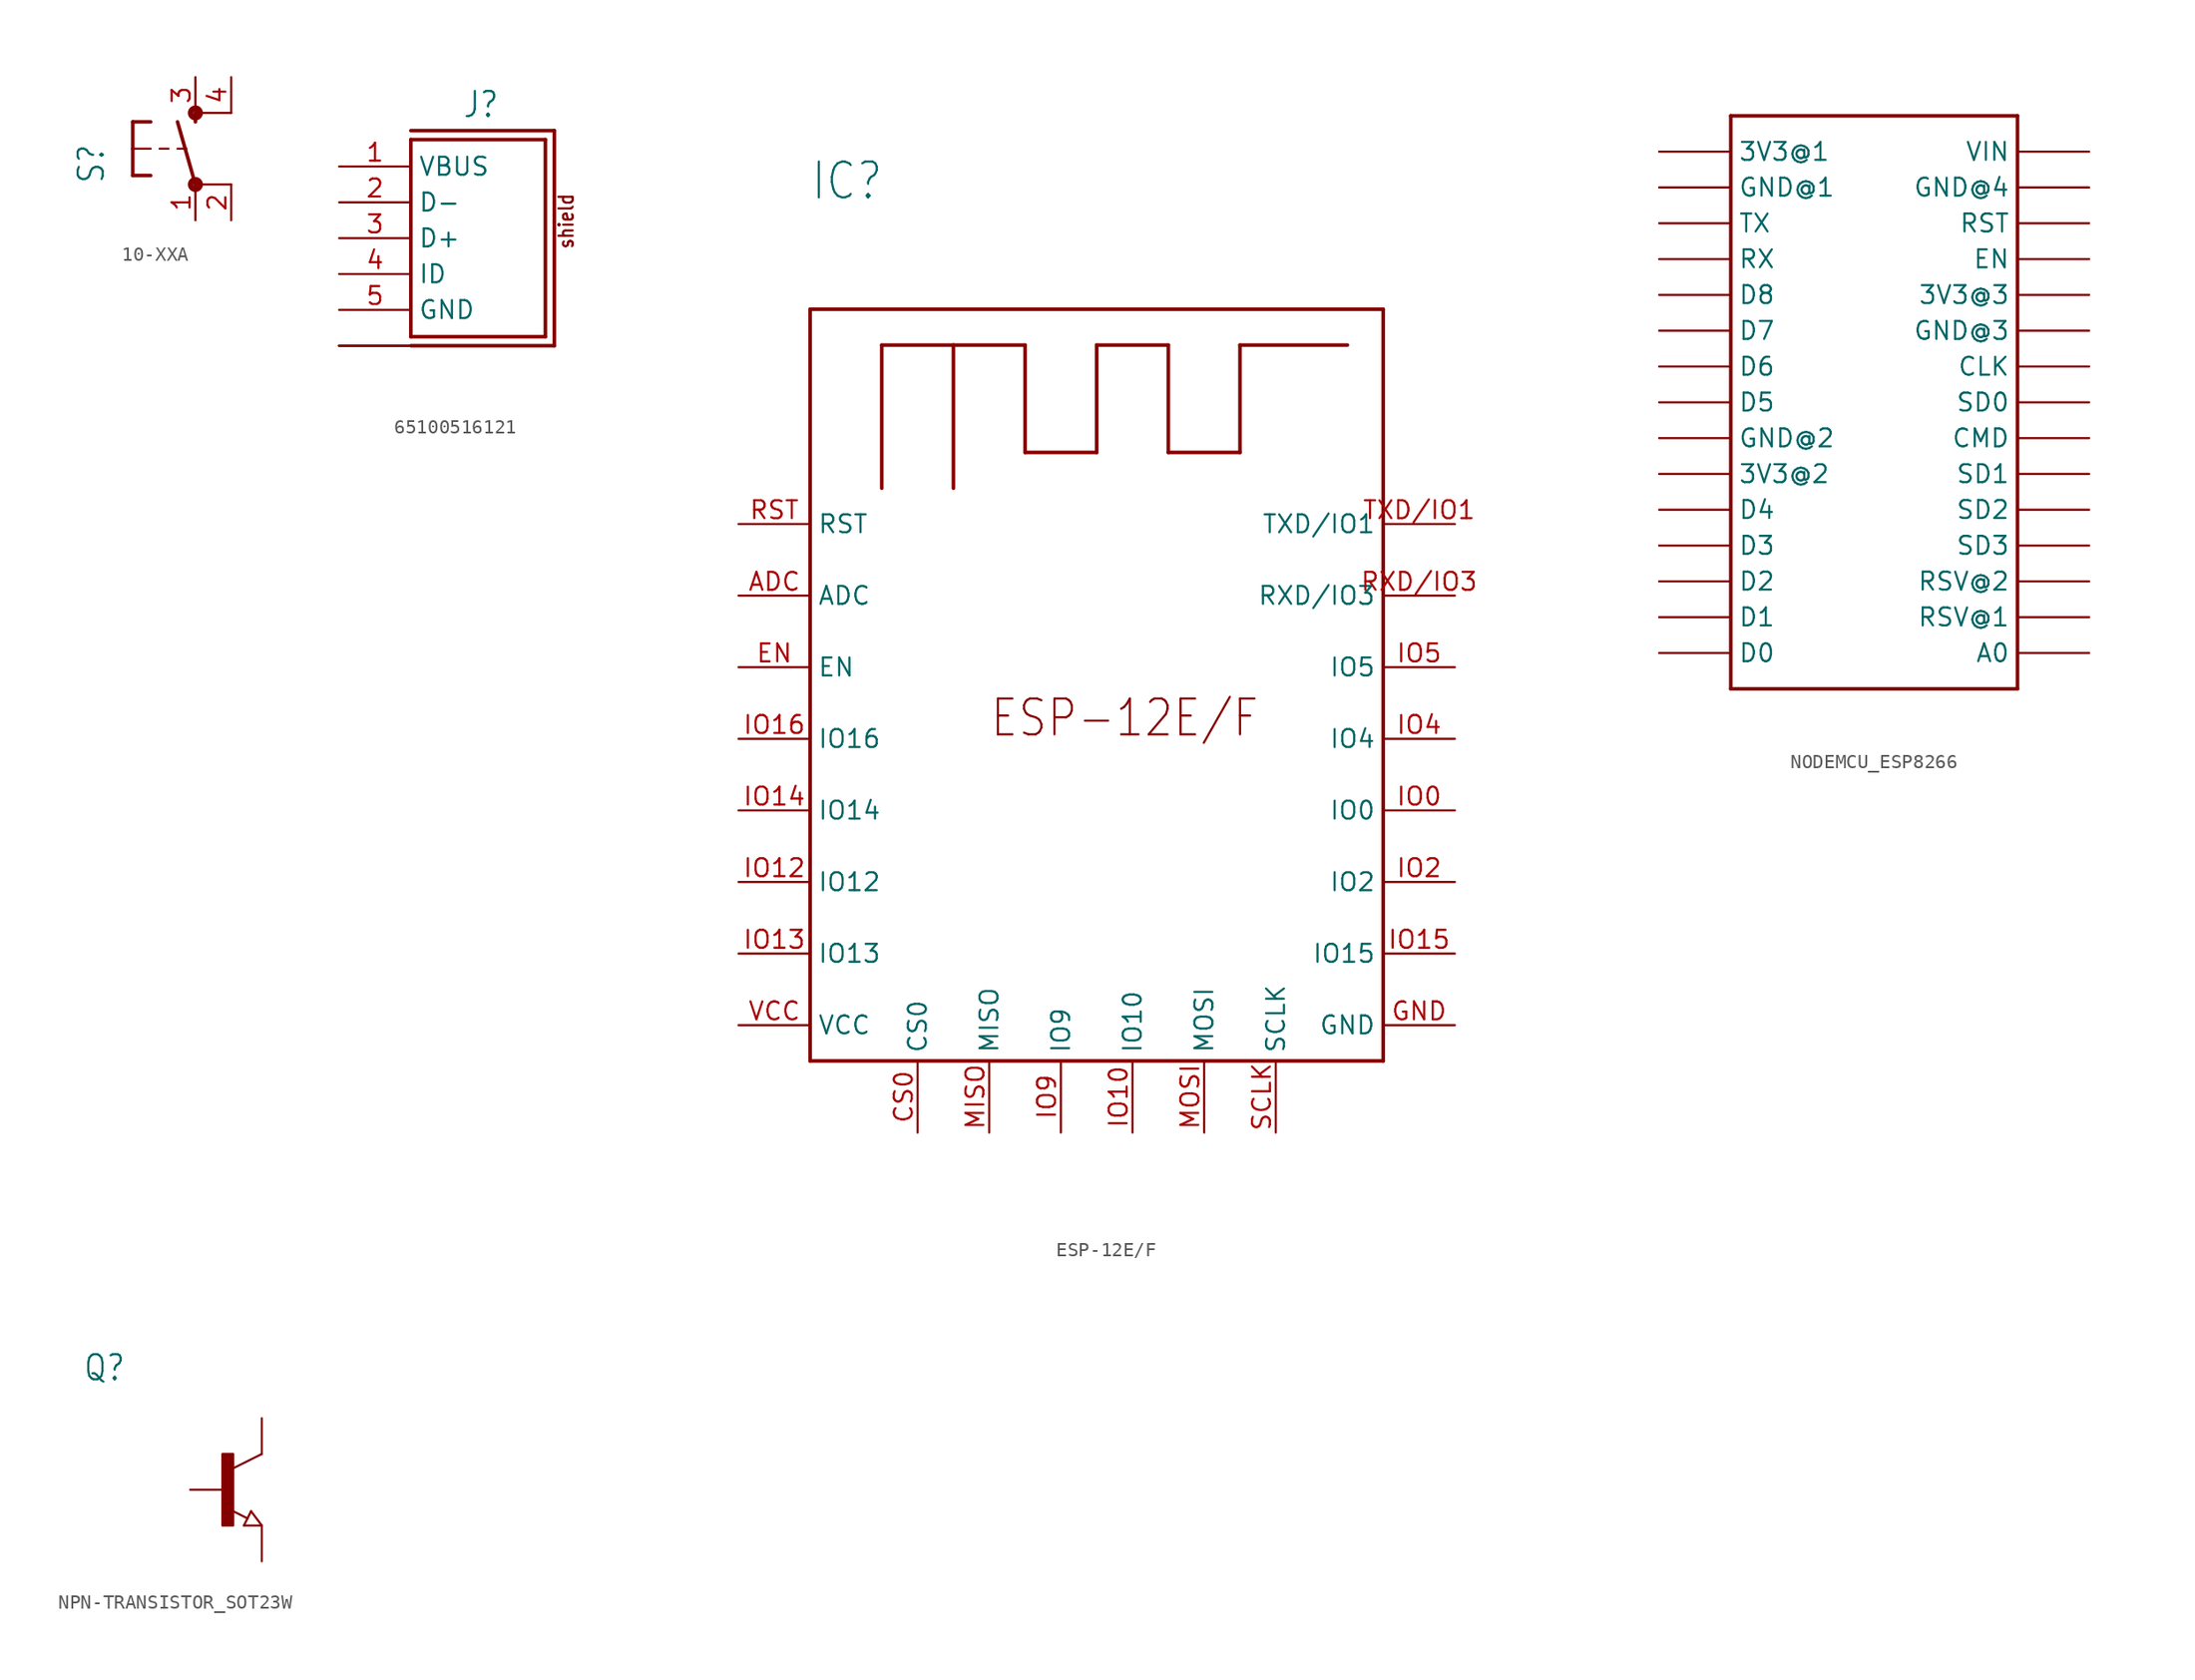
<source format=kicad_sym>
(kicad_symbol_lib
  (version 20231120)
  (generator "kicad_symbol_editor")
  (generator_version "8.0")
  (symbol "10-XXA"
    (property "Reference" "S"
      (at -6.35 -2.54 90)
      (effects (font (size 1.778 1.511)) (justify left bottom)))
    (property "Value" ""
      (at -3.81 3.175 90)
      (effects (font (size 1.778 1.511)) (justify left bottom)))
    (property "ki_locked" ""
      (at 0 0 0)
      (effects (font (size 1.27 1.27))))
    (symbol "10-XXA_1_0"
      (circle (center 0 -2.54) (radius 0.127) (stroke (width 0.406) (type solid)) (fill (type none)))
      (polyline (pts (xy -4.445 -1.905) (xy -3.175 -1.905)) (stroke (width 0.254) (type solid)) (fill (type none)))
      (polyline (pts (xy -4.445 0) (xy -4.445 -1.905)) (stroke (width 0.254) (type solid)) (fill (type none)))
      (polyline (pts (xy -4.445 0) (xy -3.175 0)) (stroke (width 0.152) (type solid)) (fill (type none)))
      (polyline (pts (xy -4.445 1.905) (xy -4.445 0)) (stroke (width 0.254) (type solid)) (fill (type none)))
      (polyline (pts (xy -4.445 1.905) (xy -3.175 1.905)) (stroke (width 0.254) (type solid)) (fill (type none)))
      (polyline (pts (xy -2.54 0) (xy -1.905 0)) (stroke (width 0.152) (type solid)) (fill (type none)))
      (polyline (pts (xy -1.27 0) (xy -0.635 0)) (stroke (width 0.152) (type solid)) (fill (type none)))
      (polyline (pts (xy 0 -2.54) (xy -1.27 1.905)) (stroke (width 0.254) (type solid)) (fill (type none)))
      (polyline (pts (xy 0 1.905) (xy 0 2.54)) (stroke (width 0.254) (type solid)) (fill (type none)))
      (polyline (pts (xy 2.54 -2.54) (xy 0 -2.54)) (stroke (width 0.152) (type solid)) (fill (type none)))
      (polyline (pts (xy 2.54 2.54) (xy 0 2.54)) (stroke (width 0.152) (type solid)) (fill (type none)))
      (circle (center 0 2.54) (radius 0.127) (stroke (width 0.406) (type solid)) (fill (type none)))
      (pin passive line (at 0 -5.08 90) (length 2.54) (name "P" (effects (font (size 0 0)))) (number "1" (effects (font (size 1.27 1.27)))))
      (pin passive line (at 2.54 -5.08 90) (length 2.54) (name "P1" (effects (font (size 0 0)))) (number "2" (effects (font (size 1.27 1.27)))))
      (pin passive line (at 0 5.08 270) (length 2.54) (name "S" (effects (font (size 0 0)))) (number "3" (effects (font (size 1.27 1.27)))))
      (pin passive line (at 2.54 5.08 270) (length 2.54) (name "S1" (effects (font (size 0 0)))) (number "4" (effects (font (size 1.27 1.27)))))))
  (symbol "65100516121"
    (property "Reference" "J"
      (at -0.12 8.43 0)
      (effects (font (size 1.778 1.511)) (justify bottom)))
    (property "Value" ""
      (at -5.05 -10.21 0)
      (effects (font (size 1.778 1.511)) (justify left bottom)))
    (property "ki_locked" ""
      (at 0 0 0)
      (effects (font (size 1.27 1.27))))
    (symbol "65100516121_1_0"
      (polyline (pts (xy -5.08 -6.985) (xy -5.08 6.985)) (stroke (width 0.254) (type solid)) (fill (type none)))
      (polyline (pts (xy -5.08 6.985) (xy 4.445 6.985)) (stroke (width 0.254) (type solid)) (fill (type none)))
      (polyline (pts (xy -5.08 7.62) (xy 5.08 7.62)) (stroke (width 0.254) (type solid)) (fill (type none)))
      (polyline (pts (xy 4.445 -6.985) (xy -5.08 -6.985)) (stroke (width 0.254) (type solid)) (fill (type none)))
      (polyline (pts (xy 4.445 6.985) (xy 4.445 -6.985)) (stroke (width 0.254) (type solid)) (fill (type none)))
      (polyline (pts (xy 5.08 -7.62) (xy -5.08 -7.62)) (stroke (width 0.254) (type solid)) (fill (type none)))
      (polyline (pts (xy 5.08 7.62) (xy 5.08 -7.62)) (stroke (width 0.254) (type solid)) (fill (type none)))
      (text "shield" (at 6.51 -0.83 900) (effects (font (size 1.016 0.864)) (justify left bottom)))
      (pin passive line (at -10.16 5.08 0) (length 5.08) (name "VBUS" (effects (font (size 1.27 1.27)))) (number "1" (effects (font (size 1.27 1.27)))))
      (pin passive line (at -10.16 2.54 0) (length 5.08) (name "D-" (effects (font (size 1.27 1.27)))) (number "2" (effects (font (size 1.27 1.27)))))
      (pin passive line (at -10.16 0 0) (length 5.08) (name "D+" (effects (font (size 1.27 1.27)))) (number "3" (effects (font (size 1.27 1.27)))))
      (pin passive line (at -10.16 -2.54 0) (length 5.08) (name "ID" (effects (font (size 1.27 1.27)))) (number "4" (effects (font (size 1.27 1.27)))))
      (pin passive line (at -10.16 -5.08 0) (length 5.08) (name "GND" (effects (font (size 1.27 1.27)))) (number "5" (effects (font (size 1.27 1.27)))))
      (pin passive line (at -10.16 -7.62 0) (length 5.08) (name "SHIELD" (effects (font (size 0 0)))) (number "S1" (effects (font (size 0 0)))))
      (pin passive line (at -10.16 -7.62 0) (length 5.08) (name "SHIELD" (effects (font (size 0 0)))) (number "S2" (effects (font (size 0 0)))))
      (pin passive line (at -10.16 -7.62 0) (length 5.08) (name "SHIELD" (effects (font (size 0 0)))) (number "S3" (effects (font (size 0 0)))))
      (pin passive line (at -10.16 -7.62 0) (length 5.08) (name "SHIELD" (effects (font (size 0 0)))) (number "S4" (effects (font (size 0 0)))))))
  (symbol "ESP-12E/F"
    (property "Reference" "IC"
      (at -20.32 43.18 0)
      (effects (font (size 2.54 2.159)) (justify left bottom)))
    (property "Value" ""
      (at -20.32 38.1 0)
      (effects (font (size 2.54 2.159)) (justify left bottom)))
    (property "ki_locked" ""
      (at 0 0 0)
      (effects (font (size 1.27 1.27))))
    (symbol "ESP-12E/F_1_0"
      (polyline (pts (xy -20.32 -17.78) (xy -20.32 35.56)) (stroke (width 0.254) (type solid)) (fill (type none)))
      (polyline (pts (xy -20.32 35.56) (xy 20.32 35.56)) (stroke (width 0.254) (type solid)) (fill (type none)))
      (polyline (pts (xy -15.24 22.86) (xy -15.24 33.02)) (stroke (width 0.254) (type solid)) (fill (type none)))
      (polyline (pts (xy -15.24 33.02) (xy -10.16 33.02)) (stroke (width 0.254) (type solid)) (fill (type none)))
      (polyline (pts (xy -10.16 22.86) (xy -10.16 33.02)) (stroke (width 0.254) (type solid)) (fill (type none)))
      (polyline (pts (xy -10.16 33.02) (xy -5.08 33.02)) (stroke (width 0.254) (type solid)) (fill (type none)))
      (polyline (pts (xy -5.08 25.4) (xy 0 25.4)) (stroke (width 0.254) (type solid)) (fill (type none)))
      (polyline (pts (xy -5.08 33.02) (xy -5.08 25.4)) (stroke (width 0.254) (type solid)) (fill (type none)))
      (polyline (pts (xy 0 25.4) (xy 0 33.02)) (stroke (width 0.254) (type solid)) (fill (type none)))
      (polyline (pts (xy 0 33.02) (xy 5.08 33.02)) (stroke (width 0.254) (type solid)) (fill (type none)))
      (polyline (pts (xy 5.08 25.4) (xy 10.16 25.4)) (stroke (width 0.254) (type solid)) (fill (type none)))
      (polyline (pts (xy 5.08 33.02) (xy 5.08 25.4)) (stroke (width 0.254) (type solid)) (fill (type none)))
      (polyline (pts (xy 10.16 25.4) (xy 10.16 33.02)) (stroke (width 0.254) (type solid)) (fill (type none)))
      (polyline (pts (xy 10.16 33.02) (xy 17.78 33.02)) (stroke (width 0.254) (type solid)) (fill (type none)))
      (polyline (pts (xy 20.32 -17.78) (xy -20.32 -17.78)) (stroke (width 0.254) (type solid)) (fill (type none)))
      (polyline (pts (xy 20.32 35.56) (xy 20.32 -17.78)) (stroke (width 0.254) (type solid)) (fill (type none)))
      (text "ESP-12E/F" (at -7.62 5.08 0) (effects (font (size 2.54 2.159)) (justify left bottom)))
      (pin bidirectional line (at -25.4 15.24 0) (length 5.08) (name "ADC" (effects (font (size 1.27 1.27)))) (number "ADC" (effects (font (size 1.27 1.27)))))
      (pin bidirectional line (at -12.7 -22.86 90) (length 5.08) (name "CS0" (effects (font (size 1.27 1.27)))) (number "CS0" (effects (font (size 1.27 1.27)))))
      (pin bidirectional line (at -25.4 10.16 0) (length 5.08) (name "EN" (effects (font (size 1.27 1.27)))) (number "EN" (effects (font (size 1.27 1.27)))))
      (pin power_in line (at 25.4 -15.24 180) (length 5.08) (name "GND" (effects (font (size 1.27 1.27)))) (number "GND" (effects (font (size 1.27 1.27)))))
      (pin bidirectional line (at 25.4 0 180) (length 5.08) (name "IO0" (effects (font (size 1.27 1.27)))) (number "IO0" (effects (font (size 1.27 1.27)))))
      (pin bidirectional line (at 2.54 -22.86 90) (length 5.08) (name "IO10" (effects (font (size 1.27 1.27)))) (number "IO10" (effects (font (size 1.27 1.27)))))
      (pin bidirectional line (at -25.4 -5.08 0) (length 5.08) (name "IO12" (effects (font (size 1.27 1.27)))) (number "IO12" (effects (font (size 1.27 1.27)))))
      (pin bidirectional line (at -25.4 -10.16 0) (length 5.08) (name "IO13" (effects (font (size 1.27 1.27)))) (number "IO13" (effects (font (size 1.27 1.27)))))
      (pin bidirectional line (at -25.4 0 0) (length 5.08) (name "IO14" (effects (font (size 1.27 1.27)))) (number "IO14" (effects (font (size 1.27 1.27)))))
      (pin bidirectional line (at 25.4 -10.16 180) (length 5.08) (name "IO15" (effects (font (size 1.27 1.27)))) (number "IO15" (effects (font (size 1.27 1.27)))))
      (pin bidirectional line (at -25.4 5.08 0) (length 5.08) (name "IO16" (effects (font (size 1.27 1.27)))) (number "IO16" (effects (font (size 1.27 1.27)))))
      (pin bidirectional line (at 25.4 -5.08 180) (length 5.08) (name "IO2" (effects (font (size 1.27 1.27)))) (number "IO2" (effects (font (size 1.27 1.27)))))
      (pin bidirectional line (at 25.4 5.08 180) (length 5.08) (name "IO4" (effects (font (size 1.27 1.27)))) (number "IO4" (effects (font (size 1.27 1.27)))))
      (pin bidirectional line (at 25.4 10.16 180) (length 5.08) (name "IO5" (effects (font (size 1.27 1.27)))) (number "IO5" (effects (font (size 1.27 1.27)))))
      (pin bidirectional line (at -2.54 -22.86 90) (length 5.08) (name "IO9" (effects (font (size 1.27 1.27)))) (number "IO9" (effects (font (size 1.27 1.27)))))
      (pin bidirectional line (at -7.62 -22.86 90) (length 5.08) (name "MISO" (effects (font (size 1.27 1.27)))) (number "MISO" (effects (font (size 1.27 1.27)))))
      (pin bidirectional line (at 7.62 -22.86 90) (length 5.08) (name "MOSI" (effects (font (size 1.27 1.27)))) (number "MOSI" (effects (font (size 1.27 1.27)))))
      (pin input line (at -25.4 20.32 0) (length 5.08) (name "RST" (effects (font (size 1.27 1.27)))) (number "RST" (effects (font (size 1.27 1.27)))))
      (pin bidirectional line (at 25.4 15.24 180) (length 5.08) (name "RXD/IO3" (effects (font (size 1.27 1.27)))) (number "RXD/IO3" (effects (font (size 1.27 1.27)))))
      (pin bidirectional line (at 12.7 -22.86 90) (length 5.08) (name "SCLK" (effects (font (size 1.27 1.27)))) (number "SCLK" (effects (font (size 1.27 1.27)))))
      (pin bidirectional line (at 25.4 20.32 180) (length 5.08) (name "TXD/IO1" (effects (font (size 1.27 1.27)))) (number "TXD/IO1" (effects (font (size 1.27 1.27)))))
      (pin power_in line (at -25.4 -15.24 0) (length 5.08) (name "VCC" (effects (font (size 1.27 1.27)))) (number "VCC" (effects (font (size 1.27 1.27)))))))
  (symbol "NODEMCU_ESP8266"
    (property "Reference" "NODE"
      (at -10.16 17.78 0)
      (effects (font (size 1.27 1.079)) (justify left bottom) (hide yes)))
    (property "ki_locked" ""
      (at 0 0 0)
      (effects (font (size 1.27 1.27))))
    (symbol "NODEMCU_ESP8266_1_0"
      (polyline (pts (xy -10.16 -25.4) (xy 10.16 -25.4)) (stroke (width 0.254) (type solid)) (fill (type none)))
      (polyline (pts (xy -10.16 15.24) (xy -10.16 -25.4)) (stroke (width 0.254) (type solid)) (fill (type none)))
      (polyline (pts (xy 10.16 -25.4) (xy 10.16 15.24)) (stroke (width 0.254) (type solid)) (fill (type none)))
      (polyline (pts (xy 10.16 15.24) (xy -10.16 15.24)) (stroke (width 0.254) (type solid)) (fill (type none)))
      (pin power_in line (at -15.24 12.7 0) (length 5.08) (name "3V3@1" (effects (font (size 1.27 1.27)))) (number "3V3@1" (effects (font (size 0 0)))))
      (pin power_in line (at -15.24 -10.16 0) (length 5.08) (name "3V3@2" (effects (font (size 1.27 1.27)))) (number "3V3@2" (effects (font (size 0 0)))))
      (pin power_in line (at 15.24 2.54 180) (length 5.08) (name "3V3@3" (effects (font (size 1.27 1.27)))) (number "3V3@3" (effects (font (size 0 0)))))
      (pin bidirectional line (at 15.24 -22.86 180) (length 5.08) (name "A0" (effects (font (size 1.27 1.27)))) (number "A0" (effects (font (size 0 0)))))
      (pin bidirectional line (at 15.24 -2.54 180) (length 5.08) (name "CLK" (effects (font (size 1.27 1.27)))) (number "CLK" (effects (font (size 0 0)))))
      (pin bidirectional line (at 15.24 -7.62 180) (length 5.08) (name "CMD" (effects (font (size 1.27 1.27)))) (number "CMD" (effects (font (size 0 0)))))
      (pin bidirectional line (at -15.24 -22.86 0) (length 5.08) (name "D0" (effects (font (size 1.27 1.27)))) (number "D0" (effects (font (size 0 0)))))
      (pin bidirectional line (at -15.24 -20.32 0) (length 5.08) (name "D1" (effects (font (size 1.27 1.27)))) (number "D1" (effects (font (size 0 0)))))
      (pin bidirectional line (at -15.24 -17.78 0) (length 5.08) (name "D2" (effects (font (size 1.27 1.27)))) (number "D2" (effects (font (size 0 0)))))
      (pin bidirectional line (at -15.24 -15.24 0) (length 5.08) (name "D3" (effects (font (size 1.27 1.27)))) (number "D3" (effects (font (size 0 0)))))
      (pin bidirectional line (at -15.24 -12.7 0) (length 5.08) (name "D4" (effects (font (size 1.27 1.27)))) (number "D4" (effects (font (size 0 0)))))
      (pin bidirectional line (at -15.24 -5.08 0) (length 5.08) (name "D5" (effects (font (size 1.27 1.27)))) (number "D5" (effects (font (size 0 0)))))
      (pin bidirectional line (at -15.24 -2.54 0) (length 5.08) (name "D6" (effects (font (size 1.27 1.27)))) (number "D6" (effects (font (size 0 0)))))
      (pin bidirectional line (at -15.24 0 0) (length 5.08) (name "D7" (effects (font (size 1.27 1.27)))) (number "D7" (effects (font (size 0 0)))))
      (pin bidirectional line (at -15.24 2.54 0) (length 5.08) (name "D8" (effects (font (size 1.27 1.27)))) (number "D8" (effects (font (size 0 0)))))
      (pin bidirectional line (at 15.24 5.08 180) (length 5.08) (name "EN" (effects (font (size 1.27 1.27)))) (number "EN" (effects (font (size 0 0)))))
      (pin power_in line (at -15.24 10.16 0) (length 5.08) (name "GND@1" (effects (font (size 1.27 1.27)))) (number "GND@1" (effects (font (size 0 0)))))
      (pin power_in line (at -15.24 -7.62 0) (length 5.08) (name "GND@2" (effects (font (size 1.27 1.27)))) (number "GND@2" (effects (font (size 0 0)))))
      (pin power_in line (at 15.24 0 180) (length 5.08) (name "GND@3" (effects (font (size 1.27 1.27)))) (number "GND@3" (effects (font (size 0 0)))))
      (pin power_in line (at 15.24 10.16 180) (length 5.08) (name "GND@4" (effects (font (size 1.27 1.27)))) (number "GND@4" (effects (font (size 0 0)))))
      (pin bidirectional line (at 15.24 7.62 180) (length 5.08) (name "RST" (effects (font (size 1.27 1.27)))) (number "RST" (effects (font (size 0 0)))))
      (pin bidirectional line (at 15.24 -20.32 180) (length 5.08) (name "RSV@1" (effects (font (size 1.27 1.27)))) (number "RSV1" (effects (font (size 0 0)))))
      (pin bidirectional line (at 15.24 -17.78 180) (length 5.08) (name "RSV@2" (effects (font (size 1.27 1.27)))) (number "RSV2" (effects (font (size 0 0)))))
      (pin bidirectional line (at -15.24 5.08 0) (length 5.08) (name "RX" (effects (font (size 1.27 1.27)))) (number "RX" (effects (font (size 0 0)))))
      (pin bidirectional line (at 15.24 -10.16 180) (length 5.08) (name "SD1" (effects (font (size 1.27 1.27)))) (number "SD1" (effects (font (size 0 0)))))
      (pin bidirectional line (at 15.24 -12.7 180) (length 5.08) (name "SD2" (effects (font (size 1.27 1.27)))) (number "SD2" (effects (font (size 0 0)))))
      (pin bidirectional line (at 15.24 -15.24 180) (length 5.08) (name "SD3" (effects (font (size 1.27 1.27)))) (number "SD3" (effects (font (size 0 0)))))
      (pin bidirectional line (at 15.24 -5.08 180) (length 5.08) (name "SD0" (effects (font (size 1.27 1.27)))) (number "SDO" (effects (font (size 0 0)))))
      (pin bidirectional line (at -15.24 7.62 0) (length 5.08) (name "TX" (effects (font (size 1.27 1.27)))) (number "TX" (effects (font (size 0 0)))))
      (pin power_in line (at 15.24 12.7 180) (length 5.08) (name "VIN" (effects (font (size 1.27 1.27)))) (number "VIN" (effects (font (size 0 0)))))))
  (symbol "NPN-TRANSISTOR_SOT23W"
    (property "Reference" "Q"
      (at -10.16 7.62 0)
      (effects (font (size 1.778 1.511)) (justify left bottom)))
    (property "Value" ""
      (at -10.16 5.08 0)
      (effects (font (size 1.778 1.511)) (justify left bottom)))
    (property "ki_locked" ""
      (at 0 0 0)
      (effects (font (size 1.27 1.27))))
    (symbol "NPN-TRANSISTOR_SOT23W_1_0"
      (rectangle (start -0.254 -2.54) (end 0.508 2.54) (stroke (width 0) (type default)) (fill (type outline)))
      (polyline (pts (xy 1.27 -2.54) (xy 1.778 -1.524)) (stroke (width 0.152) (type solid)) (fill (type none)))
      (polyline (pts (xy 1.54 -2.04) (xy 0.308 -1.424)) (stroke (width 0.152) (type solid)) (fill (type none)))
      (polyline (pts (xy 1.778 -1.524) (xy 2.54 -2.54)) (stroke (width 0.152) (type solid)) (fill (type none)))
      (polyline (pts (xy 2.54 -2.54) (xy 1.27 -2.54)) (stroke (width 0.152) (type solid)) (fill (type none)))
      (polyline (pts (xy 2.54 2.54) (xy 0.508 1.524)) (stroke (width 0.152) (type solid)) (fill (type none)))
      (pin passive line (at -2.54 0 0) (length 2.54) (name "B" (effects (font (size 0 0)))) (number "1" (effects (font (size 0 0)))))
      (pin passive line (at 2.54 5.08 270) (length 2.54) (name "C" (effects (font (size 0 0)))) (number "2" (effects (font (size 0 0)))))
      (pin passive line (at 2.54 -5.08 90) (length 2.54) (name "E" (effects (font (size 0 0)))) (number "3" (effects (font (size 0 0))))))))
</source>
